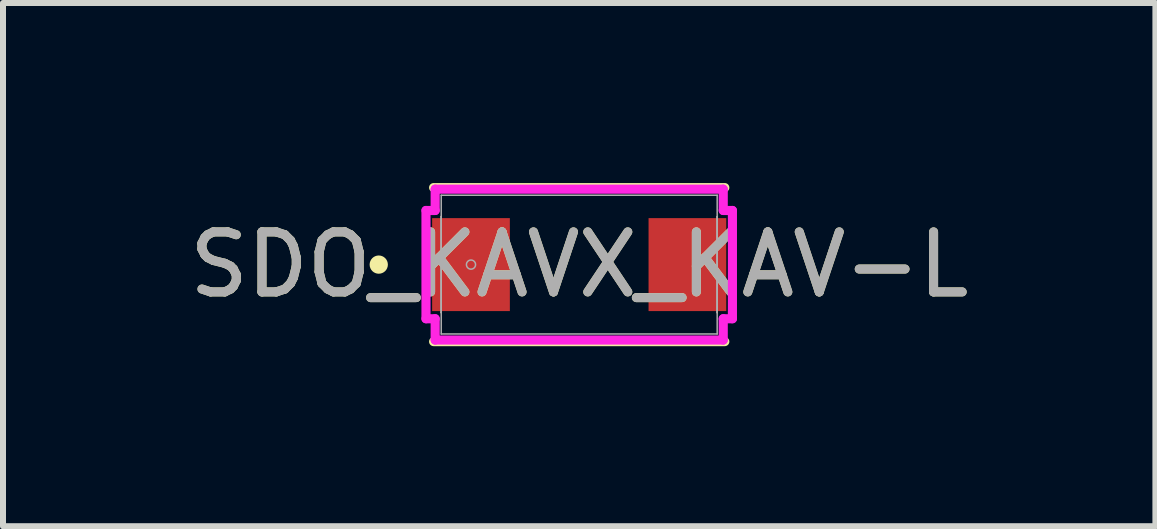
<source format=kicad_pcb>
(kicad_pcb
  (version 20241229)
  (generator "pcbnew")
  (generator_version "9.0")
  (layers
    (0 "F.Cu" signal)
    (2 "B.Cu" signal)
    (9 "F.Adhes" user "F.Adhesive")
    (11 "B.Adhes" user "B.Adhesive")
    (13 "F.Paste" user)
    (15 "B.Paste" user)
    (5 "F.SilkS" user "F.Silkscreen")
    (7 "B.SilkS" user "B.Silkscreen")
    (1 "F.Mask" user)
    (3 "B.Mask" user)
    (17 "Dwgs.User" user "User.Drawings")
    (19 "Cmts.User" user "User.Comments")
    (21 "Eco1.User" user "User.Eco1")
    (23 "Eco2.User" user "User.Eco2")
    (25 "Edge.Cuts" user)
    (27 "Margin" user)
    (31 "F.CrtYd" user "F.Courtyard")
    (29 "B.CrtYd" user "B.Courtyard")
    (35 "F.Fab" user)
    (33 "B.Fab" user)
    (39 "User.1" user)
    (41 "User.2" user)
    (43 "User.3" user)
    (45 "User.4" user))
  (footprint "SDO_KAVX_KAV-L"
    (layer "F.Cu")
    (at 6.601 1.359)
    (property "Reference" "SDO_KAVX_KAV-L" (at 0 0 0) (unlocked yes) (layer "F.SilkS") (effects (font (size 1 1) (thickness 0.15))))
    (attr smd)
    (fp_line (start -2.426 1.283) (end 2.426 1.283) (stroke (width 0.152) (type solid)) (layer "F.SilkS"))
    (fp_line (start 2.426 -1.283) (end -2.426 -1.283) (stroke (width 0.152) (type solid)) (layer "F.SilkS"))
    (fp_circle (center -3.34 0) (end -3.264 0) (stroke (width 0.152) (type solid)) (fill no) (layer "F.SilkS"))
    (fp_line (start -2.553 -0.902) (end -2.4 -0.902) (stroke (width 0.152) (type solid)) (layer "F.CrtYd"))
    (fp_line (start -2.553 0.902) (end -2.553 -0.902) (stroke (width 0.152) (type solid)) (layer "F.CrtYd"))
    (fp_line (start -2.4 -1.257) (end 2.4 -1.257) (stroke (width 0.152) (type solid)) (layer "F.CrtYd"))
    (fp_line (start -2.4 -0.902) (end -2.4 -1.257) (stroke (width 0.152) (type solid)) (layer "F.CrtYd"))
    (fp_line (start -2.4 0.902) (end -2.553 0.902) (stroke (width 0.152) (type solid)) (layer "F.CrtYd"))
    (fp_line (start -2.4 1.257) (end -2.4 0.902) (stroke (width 0.152) (type solid)) (layer "F.CrtYd"))
    (fp_line (start 2.4 -1.257) (end 2.4 -0.902) (stroke (width 0.152) (type solid)) (layer "F.CrtYd"))
    (fp_line (start 2.4 -0.902) (end 2.553 -0.902) (stroke (width 0.152) (type solid)) (layer "F.CrtYd"))
    (fp_line (start 2.4 0.902) (end 2.4 1.257) (stroke (width 0.152) (type solid)) (layer "F.CrtYd"))
    (fp_line (start 2.4 1.257) (end -2.4 1.257) (stroke (width 0.152) (type solid)) (layer "F.CrtYd"))
    (fp_line (start 2.553 -0.902) (end 2.553 0.902) (stroke (width 0.152) (type solid)) (layer "F.CrtYd"))
    (fp_line (start 2.553 0.902) (end 2.4 0.902) (stroke (width 0.152) (type solid)) (layer "F.CrtYd"))
    (fp_line (start -2.299 -1.156) (end -2.299 1.156) (stroke (width 0.025) (type solid)) (layer "F.Fab"))
    (fp_line (start -2.299 -0.8) (end -2.299 -0.8) (stroke (width 0.025) (type solid)) (layer "F.Fab"))
    (fp_line (start -2.299 -0.8) (end -2.299 0.8) (stroke (width 0.025) (type solid)) (layer "F.Fab"))
    (fp_line (start -2.299 0.8) (end -2.299 -0.8) (stroke (width 0.025) (type solid)) (layer "F.Fab"))
    (fp_line (start -2.299 0.8) (end -2.299 0.8) (stroke (width 0.025) (type solid)) (layer "F.Fab"))
    (fp_line (start -2.299 1.156) (end 2.299 1.156) (stroke (width 0.025) (type solid)) (layer "F.Fab"))
    (fp_line (start 2.299 -1.156) (end -2.299 -1.156) (stroke (width 0.025) (type solid)) (layer "F.Fab"))
    (fp_line (start 2.299 -0.8) (end 2.299 -0.8) (stroke (width 0.025) (type solid)) (layer "F.Fab"))
    (fp_line (start 2.299 -0.8) (end 2.299 0.8) (stroke (width 0.025) (type solid)) (layer "F.Fab"))
    (fp_line (start 2.299 0.8) (end 2.299 -0.8) (stroke (width 0.025) (type solid)) (layer "F.Fab"))
    (fp_line (start 2.299 0.8) (end 2.299 0.8) (stroke (width 0.025) (type solid)) (layer "F.Fab"))
    (fp_line (start 2.299 1.156) (end 2.299 -1.156) (stroke (width 0.025) (type solid)) (layer "F.Fab"))
    (fp_circle (center -1.803 0) (end -1.727 0) (stroke (width 0.025) (type solid)) (fill no) (layer "F.Fab"))
    (fp_text user "${REFERENCE}" (at 0 0 0) (unlocked yes) (layer "F.Fab") (effects (font (size 1 1) (thickness 0.15))))
    (pad "1" smd rect (at -1.803 0) (size 1.295 1.549) (layers "F.Cu" "F.Mask" "F.Paste"))
    (pad "2" smd rect (at 1.803 0) (size 1.295 1.549) (layers "F.Cu" "F.Mask" "F.Paste"))
    (zone (net_name "") (layer "F.Cu") (hatch full 0.508) (connect_pads) (min_thickness 0.254) (filled_areas_thickness no) (keepout (tracks not_allowed) (vias not_allowed) (pads allowed) (copperpour not_allowed) (footprints allowed)) (placement (enabled no)) (fill) (polygon (pts (xy 5.496 0.254) (xy 7.706 0.254) (xy 7.706 2.464) (xy 5.496 2.464)))))
  (gr_rect
    (start -3 -3)
    (end 16.202 5.718)
    (stroke (width 0.1) (type default))
    (fill no)
    (layer "Edge.Cuts")))
</source>
